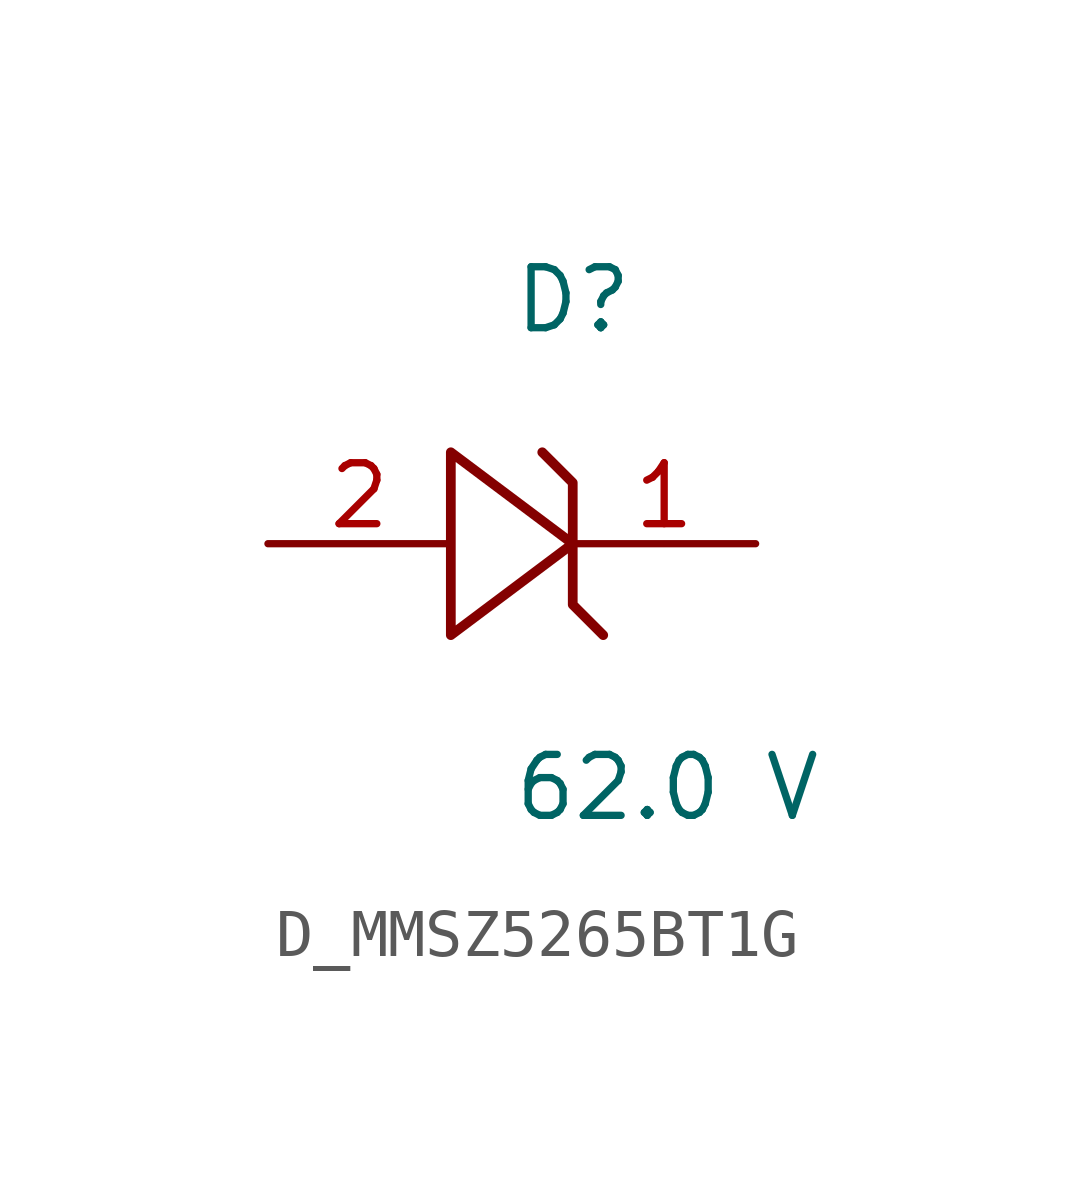
<source format=kicad_sym>
(kicad_symbol_lib
  (version 20231120)
  (generator kicad_symbol_editor)
  (generator_version 8.0)
  (symbol "D_MMSZ5265BT1G"
    (pin_names
      (offset 0.254))
    (property "Reference" "D"
      (at 0 5.08 0)
      (effects (font (size 1.27 1.27)) (justify left)))
    (property "Value" "62.0 V"
      (at 0 -5.08 0)
      (effects (font (size 1.27 1.27)) (justify left)))
    (symbol "D_MMSZ5265BT1G_1_0"
      (polyline (pts (xy 0.635 1.905) (xy 1.27 1.27) (xy 1.27 0) (xy -1.27 1.905) (xy -1.27 -1.905) (xy 1.27 0) (xy 1.27 -1.27) (xy 1.905 -1.905)) (stroke (width 0.203) (type default)) (fill (type none)))
      (pin unspecified line (at 5.08 0 180) (length 3.81) (name "" (effects (font (size 1.27 1.27)))) (number "1" (effects (font (size 1.27 1.27)))))
      (pin unspecified line (at -5.08 0 0) (length 3.81) (name "" (effects (font (size 1.27 1.27)))) (number "2" (effects (font (size 1.27 1.27))))))))
</source>
